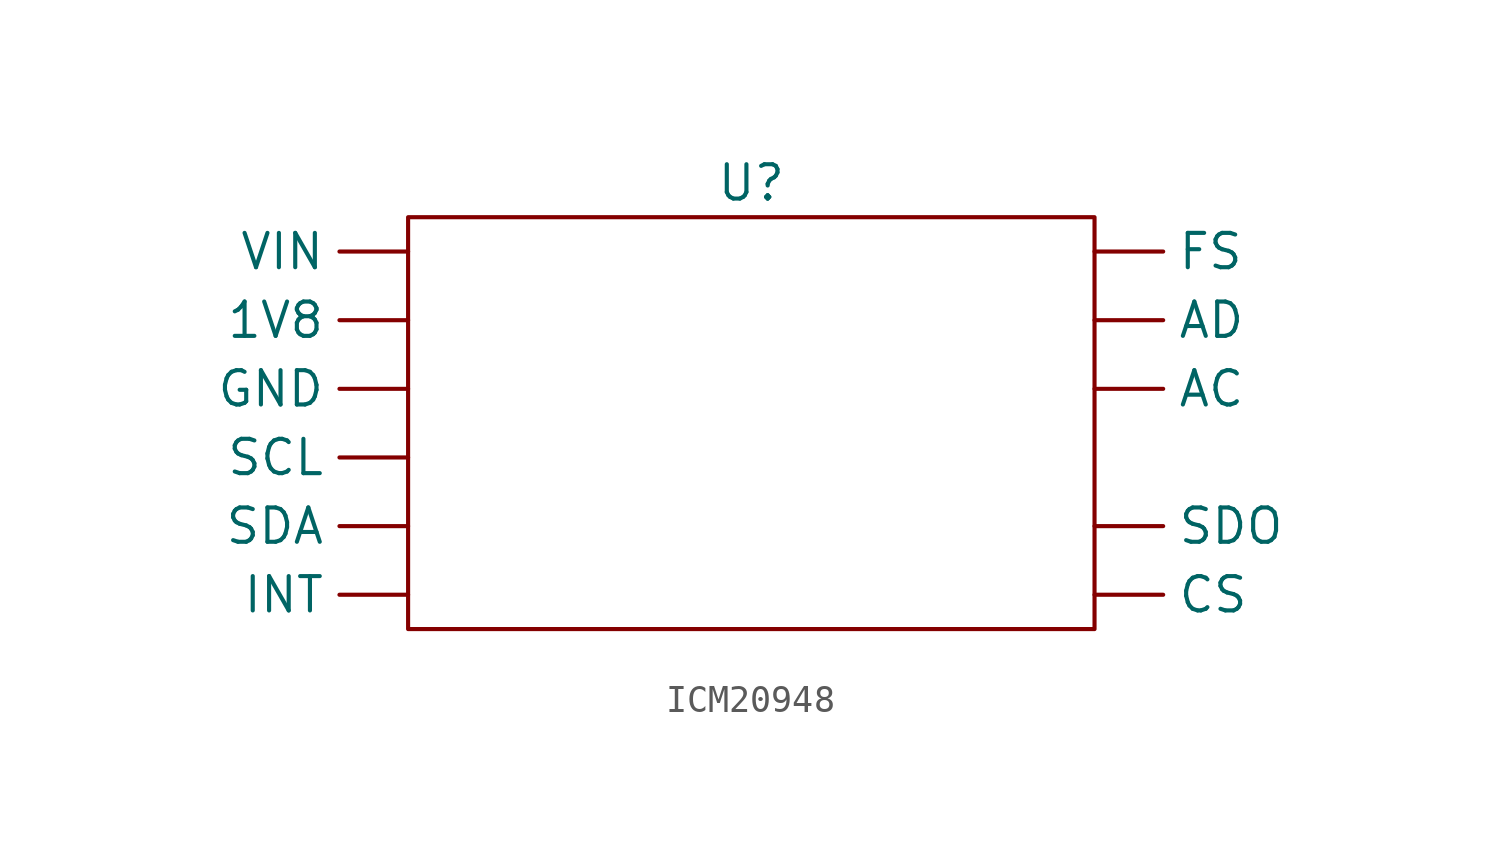
<source format=kicad_sym>
(kicad_symbol_lib
  (version 20231120)
  (generator "kicad_symbol_editor")
  (generator_version "8.0")
  (symbol "ICM20948"
    (property "Reference" "U"
      (at 0 8.89 0)
      (effects (font (size 1.27 1.27))))
    (property "Value" ""
      (at -5.08 -3.81 0)
      (effects (font (size 1.27 1.27))))
    (symbol "ICM20948_0_1"
      (rectangle (start -12.7 7.62) (end 12.7 -7.62) (stroke (width 0) (type default)) (fill (type none))))
    (symbol "ICM20948_1_1"
      (pin power_out line (at -12.7 3.81 180) (length 2.54) (name "1V8" (effects (font (size 1.27 1.27)))) (number "" (effects (font (size 1.27 1.27)))))
      (pin bidirectional line (at 12.7 1.27 0) (length 2.54) (name "AC" (effects (font (size 1.27 1.27)))) (number "" (effects (font (size 1.27 1.27)))))
      (pin bidirectional line (at 12.7 3.81 0) (length 2.54) (name "AD" (effects (font (size 1.27 1.27)))) (number "" (effects (font (size 1.27 1.27)))))
      (pin bidirectional line (at 12.7 -6.35 0) (length 2.54) (name "CS" (effects (font (size 1.27 1.27)))) (number "" (effects (font (size 1.27 1.27)))))
      (pin bidirectional line (at 12.7 6.35 0) (length 2.54) (name "FS" (effects (font (size 1.27 1.27)))) (number "" (effects (font (size 1.27 1.27)))))
      (pin input line (at -12.7 1.27 180) (length 2.54) (name "GND" (effects (font (size 1.27 1.27)))) (number "" (effects (font (size 1.27 1.27)))))
      (pin output line (at -12.7 -6.35 180) (length 2.54) (name "INT" (effects (font (size 1.27 1.27)))) (number "" (effects (font (size 1.27 1.27)))))
      (pin bidirectional line (at -12.7 -1.27 180) (length 2.54) (name "SCL" (effects (font (size 1.27 1.27)))) (number "" (effects (font (size 1.27 1.27)))))
      (pin bidirectional line (at -12.7 -3.81 180) (length 2.54) (name "SDA" (effects (font (size 1.27 1.27)))) (number "" (effects (font (size 1.27 1.27)))))
      (pin bidirectional line (at 12.7 -3.81 0) (length 2.54) (name "SDO" (effects (font (size 1.27 1.27)))) (number "" (effects (font (size 1.27 1.27)))))
      (pin power_in line (at -12.7 6.35 180) (length 2.54) (name "VIN" (effects (font (size 1.27 1.27)))) (number "" (effects (font (size 1.27 1.27))))))))
</source>
